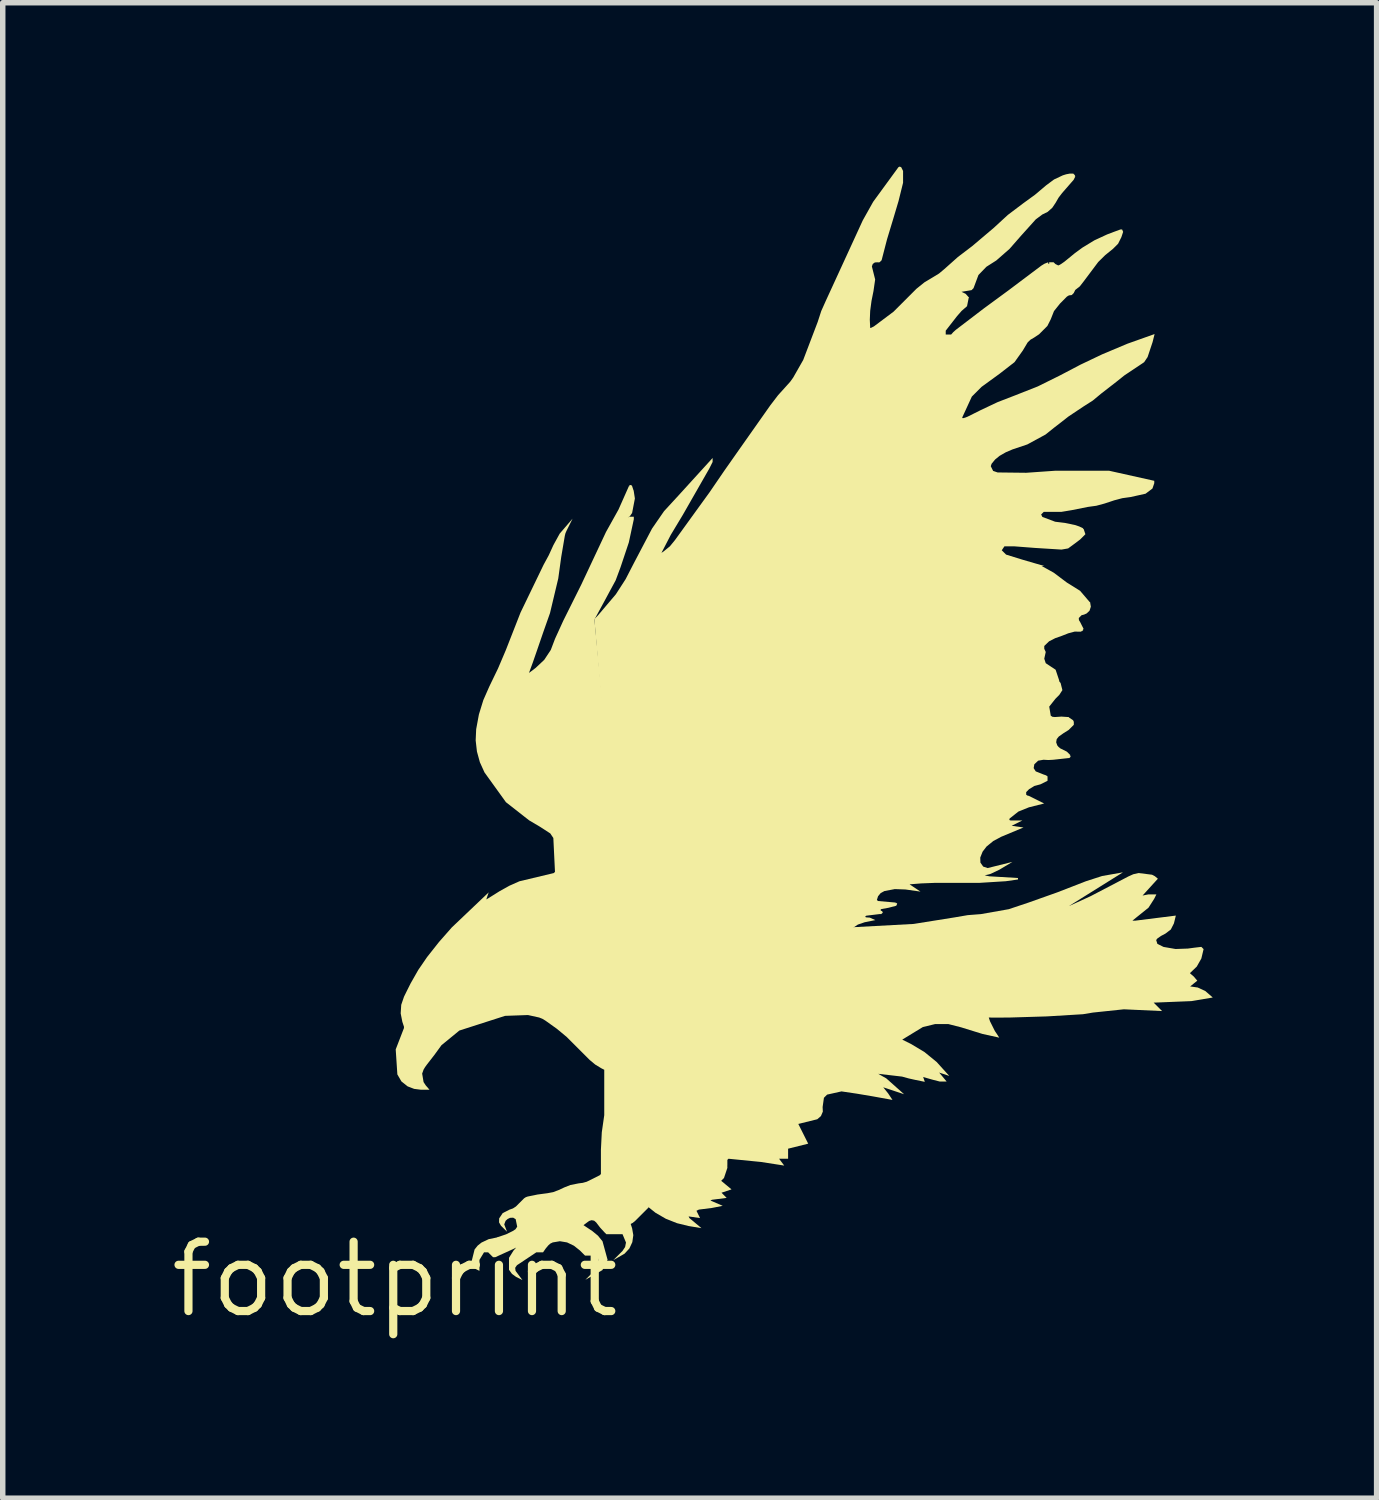
<source format=kicad_pcb>
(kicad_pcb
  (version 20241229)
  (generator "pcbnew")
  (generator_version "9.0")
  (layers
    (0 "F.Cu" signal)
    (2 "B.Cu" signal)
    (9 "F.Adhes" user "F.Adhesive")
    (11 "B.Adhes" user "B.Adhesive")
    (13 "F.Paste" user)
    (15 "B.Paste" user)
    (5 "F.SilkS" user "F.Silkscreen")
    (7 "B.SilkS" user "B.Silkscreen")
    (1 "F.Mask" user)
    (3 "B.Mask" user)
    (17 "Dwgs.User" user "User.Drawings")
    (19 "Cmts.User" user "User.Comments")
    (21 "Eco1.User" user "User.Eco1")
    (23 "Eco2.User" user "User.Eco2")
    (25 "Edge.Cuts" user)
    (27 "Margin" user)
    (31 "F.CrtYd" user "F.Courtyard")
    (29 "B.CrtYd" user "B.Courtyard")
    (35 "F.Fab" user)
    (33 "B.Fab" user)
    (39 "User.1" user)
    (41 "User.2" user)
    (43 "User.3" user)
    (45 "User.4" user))
  (footprint "footprint"
    (layer "F.Cu")
    (at 4.18 20.374)
    (property "Reference" "footprint" (at 0 0 0) (layer "F.SilkS") (effects (font (size 1.27 1.27) (thickness 0.15))))
    (fp_poly (pts (xy 0.695 -5.095) (xy 0.705 -5.096) (xy 0.737 -4.836) (xy 0.674 -4.736) (xy 0.576 -4.675) (xy 0.326 -4.675) (xy 0.283 -4.702) (xy 0.274 -4.715) (xy 0.251 -4.686) (xy 0.27 -4.723) (xy 0.256 -4.744) (xy 0.243 -4.825) (xy 0.256 -4.902) (xy 0.271 -4.9) (xy 0.26 -4.91) (xy 0.284 -4.937) (xy 0.304 -4.928) (xy 0.283 -4.959) (xy 0.317 -5.027) (xy 0.345 -5.075) (xy 0.381 -5.123) (xy 0.543 -5.187)) (stroke (width 0) (type solid)) (fill yes) (layer "F.SilkS"))
    (fp_poly (pts (xy 12.347 -6.839) (xy 12.351 -6.839) (xy 12.739 -7.017) (xy 13.43 -7.378) (xy 13.519 -7.418) (xy 13.616 -7.44) (xy 13.862 -7.409) (xy 13.914 -7.382) (xy 13.969 -7.336) (xy 13.689 -7.028) (xy 13.796 -7.049) (xy 13.942 -7.049) (xy 13.901 -6.967) (xy 13.798 -6.806) (xy 13.507 -6.572) (xy 13.506 -6.571) (xy 13.507 -6.568) (xy 13.556 -6.568) (xy 14.298 -6.661) (xy 14.263 -6.518) (xy 14.206 -6.406) (xy 14.106 -6.33) (xy 14.028 -6.289) (xy 13.959 -6.241) (xy 13.938 -6.213) (xy 13.96 -6.143) (xy 14.073 -6.087) (xy 14.293 -6.049) (xy 14.518 -6.057) (xy 14.637 -6.073) (xy 14.765 -6.088) (xy 14.806 -6.047) (xy 14.765 -5.875) (xy 14.681 -5.727) (xy 14.561 -5.612) (xy 14.558 -5.606) (xy 14.561 -5.601) (xy 14.625 -5.546) (xy 14.691 -5.469) (xy 14.56 -5.364) (xy 14.699 -5.344) (xy 14.837 -5.28) (xy 14.974 -5.161) (xy 14.581 -5.095) (xy 13.892 -5.067) (xy 14.046 -4.913) (xy 13.347 -4.945) (xy 12.778 -4.885) (xy 12.597 -4.855) (xy 11.935 -4.815) (xy 11.273 -4.795) (xy 11.062 -4.793) (xy 10.873 -4.794) (xy 10.896 -4.725) (xy 10.985 -4.547) (xy 11.015 -4.503) (xy 11.065 -4.426) (xy 10.758 -4.494) (xy 10.367 -4.615) (xy 10.132 -4.675) (xy 9.892 -4.675) (xy 9.666 -4.62) (xy 9.289 -4.39) (xy 9.446 -4.312) (xy 9.694 -4.164) (xy 9.918 -3.981) (xy 10.15 -3.725) (xy 9.965 -3.787) (xy 10.102 -3.622) (xy 9.978 -3.622) (xy 9.856 -3.653) (xy 9.672 -3.705) (xy 9.702 -3.617) (xy 9.526 -3.653) (xy 9.405 -3.68) (xy 9.286 -3.713) (xy 8.849 -3.764) (xy 8.997 -3.68) (xy 9.323 -3.39) (xy 8.941 -3.517) (xy 9.03 -3.406) (xy 9.11 -3.286) (xy 8.745 -3.352) (xy 8.46 -3.4) (xy 8.177 -3.442) (xy 7.913 -3.383) (xy 7.855 -3.325) (xy 7.831 -3.156) (xy 7.835 -3.072) (xy 7.8 -2.99) (xy 7.733 -2.932) (xy 7.386 -2.846) (xy 7.567 -2.485) (xy 7.199 -2.393) (xy 7.199 -2.209) (xy 7.034 -2.209) (xy 7.128 -2.084) (xy 6.702 -2.15) (xy 6.108 -2.209) (xy 6.087 -2.188) (xy 6.087 -2.104) (xy 6.086 -2.074) (xy 6.087 -2.042) (xy 6.025 -1.856) (xy 5.974 -1.805) (xy 6.163 -1.648) (xy 5.98 -1.587) (xy 6.074 -1.492) (xy 5.806 -1.458) (xy 5.777 -1.444) (xy 6.002 -1.347) (xy 5.804 -1.308) (xy 5.565 -1.278) (xy 5.521 -1.256) (xy 5.587 -1.123) (xy 5.377 -1.153) (xy 5.393 -1.122) (xy 5.613 -0.938) (xy 5.378 -0.977) (xy 5.165 -1.029) (xy 4.961 -1.11) (xy 4.771 -1.22) (xy 4.615 -1.345) (xy 4.162 -6.418) (xy 8.386 -6.448) (xy 9.497 -6.508) (xy 10.248 -6.628) (xy 10.488 -6.669) (xy 10.73 -6.688) (xy 11.239 -6.778) (xy 11.598 -6.898) (xy 12.127 -7.086) (xy 12.65 -7.289) (xy 12.947 -7.385) (xy 13.33 -7.453)) (stroke (width 0) (type solid)) (fill yes) (layer "F.SilkS"))
    (fp_poly (pts (xy 4.342 -14.527) (xy 4.369 -14.445) (xy 4.371 -14.445) (xy 4.394 -14.297) (xy 4.343 -14.032) (xy 4.303 -13.974) (xy 4.264 -13.947) (xy 4.295 -13.963) (xy 4.374 -13.963) (xy 4.374 -13.916) (xy 4.283 -13.493) (xy 4.132 -13.041) (xy 4.042 -12.799) (xy 3.936 -12.603) (xy 3.831 -12.408) (xy 3.653 -12.081) (xy 4.312 -5.246) (xy 4.312 -5.246) (xy 4.313 -5.233) (xy 4.315 -5.216) (xy 4.315 -5.216) (xy 4.645 -1.317) (xy 4.399 -1.071) (xy 4.355 -1.035) (xy 4.317 -1.015) (xy 4.343 -0.936) (xy 4.365 -0.81) (xy 4.347 -0.682) (xy 4.293 -0.566) (xy 4.205 -0.471) (xy 3.998 -0.352) (xy 4.167 -0.521) (xy 4.215 -0.593) (xy 4.231 -0.675) (xy 4.168 -0.827) (xy 3.872 -0.827) (xy 3.837 -0.862) (xy 3.757 -0.949) (xy 3.686 -1.042) (xy 3.648 -1.075) (xy 3.601 -1.084) (xy 3.554 -1.069) (xy 3.453 -0.993) (xy 3.616 -0.884) (xy 3.717 -0.801) (xy 3.801 -0.698) (xy 3.894 -0.359) (xy 3.799 -0.17) (xy 3.487 0.008) (xy 3.685 -0.19) (xy 3.732 -0.27) (xy 3.732 -0.361) (xy 3.689 -0.436) (xy 3.481 -0.436) (xy 3.387 -0.53) (xy 3.277 -0.617) (xy 3.152 -0.677) (xy 3.021 -0.699) (xy 2.89 -0.677) (xy 2.845 -0.655) (xy 2.807 -0.621) (xy 2.76 -0.564) (xy 2.713 -0.496) (xy 2.59 -0.496) (xy 2.323 -0.318) (xy 2.278 -0.288) (xy 2.235 -0.26) (xy 2.202 -0.212) (xy 2.209 -0.156) (xy 2.335 0.012) (xy 2.221 -0.045) (xy 2.22 -0.045) (xy 2.144 -0.1) (xy 2.089 -0.176) (xy 2.089 -0.395) (xy 2.172 -0.528) (xy 2.221 -0.583) (xy 2.171 -0.558) (xy 1.837 -0.406) (xy 1.797 -0.406) (xy 1.707 -0.496) (xy 1.632 -0.496) (xy 1.548 -0.357) (xy 1.548 -0.156) (xy 1.469 -0.196) (xy 1.467 -0.196) (xy 1.418 -0.239) (xy 1.397 -0.3) (xy 1.459 -0.548) (xy 1.516 -0.619) (xy 1.585 -0.674) (xy 1.718 -0.737) (xy 1.86 -0.766) (xy 2.038 -0.826) (xy 2.157 -0.885) (xy 2.208 -0.918) (xy 2.239 -0.965) (xy 2.211 -1.103) (xy 2.165 -1.13) (xy 2.108 -1.127) (xy 2.064 -1.106) (xy 2.027 -1.073) (xy 2.002 -1.007) (xy 2.053 -0.873) (xy 1.942 -0.983) (xy 1.907 -1.044) (xy 1.909 -1.117) (xy 1.974 -1.214) (xy 2.098 -1.277) (xy 2.161 -1.299) (xy 2.215 -1.334) (xy 2.274 -1.393) (xy 2.366 -1.485) (xy 2.397 -1.505) (xy 2.431 -1.517) (xy 2.612 -1.554) (xy 2.793 -1.578) (xy 2.899 -1.598) (xy 3 -1.637) (xy 3.104 -1.685) (xy 3.212 -1.728) (xy 3.364 -1.758) (xy 3.44 -1.768) (xy 3.512 -1.788) (xy 3.749 -1.906) (xy 3.772 -1.93) (xy 3.772 -2.375) (xy 3.788 -2.693) (xy 3.833 -3.007) (xy 3.833 -3.838) (xy 3.78 -3.865) (xy 3.668 -3.933) (xy 3.567 -4.017) (xy 3.356 -4.228) (xy 3.146 -4.438) (xy 2.967 -4.587) (xy 2.862 -4.662) (xy 2.757 -4.737) (xy 2.701 -4.771) (xy 2.641 -4.795) (xy 2.436 -4.84) (xy 2.017 -4.825) (xy 1.18 -4.556) (xy 0.853 -4.288) (xy 0.721 -4.107) (xy 0.583 -3.929) (xy 0.552 -3.886) (xy 0.525 -3.841) (xy 0.499 -3.768) (xy 0.525 -3.613) (xy 0.564 -3.553) (xy 0.634 -3.472) (xy 0.48 -3.472) (xy 0.353 -3.488) (xy 0.233 -3.534) (xy 0.119 -3.625) (xy 0.045 -3.753) (xy 0.015 -4.211) (xy 0.166 -4.602) (xy 0.166 -4.627) (xy 0.136 -4.717) (xy 0.136 -4.718) (xy 0.106 -4.87) (xy 0.116 -5.027) (xy 0.167 -5.176) (xy 0.227 -5.298) (xy 0.287 -5.418) (xy 0.428 -5.666) (xy 0.589 -5.901) (xy 0.808 -6.178) (xy 1.041 -6.443) (xy 1.717 -7.086) (xy 1.674 -6.959) (xy 1.679 -6.959) (xy 1.916 -7.107) (xy 2.093 -7.206) (xy 2.28 -7.289) (xy 2.908 -7.439) (xy 2.931 -7.461) (xy 2.901 -8.081) (xy 2.845 -8.165) (xy 2.655 -8.288) (xy 2.457 -8.405) (xy 2.033 -8.737) (xy 1.639 -9.284) (xy 1.639 -9.285) (xy 1.556 -9.468) (xy 1.502 -9.665) (xy 1.479 -9.868) (xy 1.488 -10.072) (xy 1.538 -10.343) (xy 1.619 -10.606) (xy 1.73 -10.858) (xy 1.888 -11.185) (xy 2.03 -11.519) (xy 2.301 -12.211) (xy 2.722 -13.083) (xy 2.818 -13.26) (xy 2.902 -13.444) (xy 3.018 -13.655) (xy 3.253 -13.928) (xy 3.14 -13.701) (xy 3.122 -13.659) (xy 3.111 -13.614) (xy 3.045 -13.225) (xy 2.991 -12.833) (xy 2.84 -12.2) (xy 2.718 -11.854) (xy 2.599 -11.508) (xy 2.526 -11.297) (xy 2.456 -11.107) (xy 2.46 -11.107) (xy 2.575 -11.194) (xy 2.734 -11.343) (xy 2.854 -11.524) (xy 2.932 -11.729) (xy 3.083 -12.06) (xy 3.413 -12.722) (xy 3.865 -13.684) (xy 4.094 -14.095) (xy 4.285 -14.525) (xy 4.299 -14.519) (xy 4.288 -14.529) (xy 4.301 -14.543) (xy 4.326 -14.543)) (stroke (width 0) (type solid)) (fill yes) (layer "F.SilkS"))
    (fp_poly (pts (xy 10.06 -18.498) (xy 10.308 -18.719) (xy 10.572 -18.92) (xy 10.962 -19.25) (xy 11.222 -19.489) (xy 11.504 -19.702) (xy 11.72 -19.859) (xy 11.925 -20.032) (xy 12.068 -20.138) (xy 12.229 -20.214) (xy 12.29 -20.233) (xy 12.353 -20.245) (xy 12.421 -20.245) (xy 12.455 -20.211) (xy 12.445 -20.2) (xy 12.458 -20.194) (xy 12.427 -20.132) (xy 12.216 -19.89) (xy 12.151 -19.805) (xy 12.097 -19.711) (xy 12.035 -19.619) (xy 11.95 -19.544) (xy 11.852 -19.496) (xy 11.734 -19.408) (xy 11.464 -19.108) (xy 11.253 -18.867) (xy 11.011 -18.655) (xy 10.83 -18.54) (xy 10.684 -18.389) (xy 10.594 -18.148) (xy 10.558 -18.112) (xy 10.377 -18.082) (xy 10.376 -18.081) (xy 10.379 -18.079) (xy 10.449 -18.045) (xy 10.512 -17.975) (xy 10.505 -17.968) (xy 10.475 -17.818) (xy 10.375 -17.731) (xy 10.292 -17.636) (xy 10.085 -17.37) (xy 10.085 -17.299) (xy 10.184 -17.299) (xy 10.223 -17.343) (xy 10.271 -17.386) (xy 10.783 -17.777) (xy 11.234 -18.108) (xy 11.835 -18.56) (xy 11.894 -18.596) (xy 11.958 -18.621) (xy 11.964 -18.607) (xy 11.964 -18.592) (xy 11.979 -18.592) (xy 11.979 -18.622) (xy 12.06 -18.622) (xy 12.093 -18.59) (xy 12.145 -18.564) (xy 12.169 -18.574) (xy 12.197 -18.59) (xy 12.257 -18.632) (xy 12.315 -18.679) (xy 12.448 -18.788) (xy 12.587 -18.89) (xy 12.807 -19.024) (xy 13.04 -19.132) (xy 13.161 -19.178) (xy 13.284 -19.223) (xy 13.314 -19.223) (xy 13.333 -19.179) (xy 13.301 -19.082) (xy 13.241 -18.962) (xy 13.146 -18.867) (xy 13.005 -18.753) (xy 12.877 -18.627) (xy 12.607 -18.267) (xy 12.54 -18.181) (xy 12.457 -18.116) (xy 12.43 -18.062) (xy 12.43 -18.06) (xy 12.392 -18.022) (xy 12.341 -18.016) (xy 12.304 -17.994) (xy 12.178 -17.867) (xy 12.067 -17.728) (xy 12.008 -17.579) (xy 11.946 -17.456) (xy 11.869 -17.379) (xy 11.793 -17.303) (xy 11.701 -17.242) (xy 11.637 -17.205) (xy 11.585 -17.155) (xy 11.496 -17.006) (xy 11.344 -16.793) (xy 11.071 -16.581) (xy 10.741 -16.341) (xy 10.563 -16.163) (xy 10.387 -15.78) (xy 10.39 -15.771) (xy 10.401 -15.767) (xy 10.442 -15.778) (xy 10.485 -15.795) (xy 10.605 -15.855) (xy 10.725 -15.915) (xy 11.036 -16.062) (xy 11.357 -16.186) (xy 11.77 -16.349) (xy 12.168 -16.546) (xy 12.555 -16.749) (xy 12.95 -16.937) (xy 13.411 -17.131) (xy 13.909 -17.308) (xy 13.872 -17.16) (xy 13.781 -16.887) (xy 13.718 -16.793) (xy 13.626 -16.731) (xy 13.356 -16.551) (xy 13.206 -16.431) (xy 12.935 -16.221) (xy 12.777 -16.09) (xy 12.603 -15.979) (xy 12.333 -15.799) (xy 12.199 -15.694) (xy 12.063 -15.589) (xy 11.912 -15.468) (xy 11.579 -15.287) (xy 11.308 -15.196) (xy 11.186 -15.144) (xy 11.071 -15.078) (xy 10.99 -15.012) (xy 10.925 -14.933) (xy 10.91 -14.888) (xy 10.953 -14.802) (xy 11.035 -14.774) (xy 11.558 -14.768) (xy 12.084 -14.805) (xy 13.078 -14.805) (xy 13.903 -14.621) (xy 13.903 -14.577) (xy 13.87 -14.48) (xy 13.744 -14.385) (xy 13.47 -14.324) (xy 13.318 -14.303) (xy 13.171 -14.264) (xy 13.081 -14.234) (xy 12.99 -14.204) (xy 12.841 -14.164) (xy 12.688 -14.143) (xy 12.387 -14.083) (xy 12.206 -14.053) (xy 12.039 -14.053) (xy 11.88 -14.053) (xy 11.832 -14.005) (xy 11.854 -13.96) (xy 12.088 -13.872) (xy 12.268 -13.85) (xy 12.449 -13.812) (xy 12.528 -13.786) (xy 12.602 -13.751) (xy 12.595 -13.738) (xy 12.609 -13.742) (xy 12.642 -13.643) (xy 12.545 -13.546) (xy 12.424 -13.455) (xy 12.326 -13.383) (xy 12.205 -13.362) (xy 11.722 -13.392) (xy 11.332 -13.422) (xy 11.16 -13.422) (xy 11.111 -13.349) (xy 11.19 -13.27) (xy 11.487 -13.178) (xy 11.889 -13.061) (xy 11.842 -13.061) (xy 12.062 -12.939) (xy 12.303 -12.758) (xy 12.545 -12.607) (xy 12.722 -12.4) (xy 12.728 -12.401) (xy 12.742 -12.316) (xy 12.718 -12.243) (xy 12.664 -12.192) (xy 12.616 -12.171) (xy 12.573 -12.161) (xy 12.521 -12.109) (xy 12.524 -12.07) (xy 12.548 -12.031) (xy 12.609 -11.91) (xy 12.595 -11.904) (xy 12.606 -11.893) (xy 12.576 -11.863) (xy 12.565 -11.874) (xy 12.565 -11.859) (xy 12.445 -11.86) (xy 12.329 -11.829) (xy 12.21 -11.782) (xy 12.09 -11.74) (xy 11.977 -11.682) (xy 11.889 -11.597) (xy 11.889 -11.546) (xy 11.916 -11.487) (xy 11.889 -11.364) (xy 11.916 -11.282) (xy 12.097 -11.162) (xy 12.159 -10.976) (xy 12.166 -10.945) (xy 12.188 -10.919) (xy 12.221 -10.789) (xy 12.164 -10.701) (xy 12.095 -10.632) (xy 11.98 -10.487) (xy 12.008 -10.32) (xy 12.04 -10.3) (xy 12.084 -10.296) (xy 12.204 -10.304) (xy 12.34 -10.295) (xy 12.34 -10.289) (xy 12.423 -10.233) (xy 12.415 -10.22) (xy 12.43 -10.22) (xy 12.43 -10.154) (xy 12.334 -10.058) (xy 12.241 -10) (xy 12.155 -9.939) (xy 12.117 -9.892) (xy 12.107 -9.834) (xy 12.127 -9.777) (xy 12.152 -9.747) (xy 12.183 -9.722) (xy 12.303 -9.662) (xy 12.365 -9.6) (xy 12.355 -9.589) (xy 12.37 -9.589) (xy 12.369 -9.566) (xy 12.348 -9.545) (xy 12.326 -9.544) (xy 12.055 -9.514) (xy 11.964 -9.509) (xy 11.875 -9.514) (xy 11.777 -9.497) (xy 11.707 -9.431) (xy 11.695 -9.361) (xy 11.733 -9.301) (xy 11.879 -9.243) (xy 11.913 -9.232) (xy 11.924 -9.225) (xy 11.952 -9.213) (xy 11.939 -9.213) (xy 11.949 -9.206) (xy 11.949 -9.129) (xy 11.819 -9.064) (xy 11.708 -9.034) (xy 11.612 -8.976) (xy 11.558 -8.922) (xy 11.558 -8.875) (xy 11.577 -8.86) (xy 11.608 -8.852) (xy 11.887 -8.713) (xy 11.608 -8.643) (xy 11.415 -8.565) (xy 11.255 -8.438) (xy 11.249 -8.421) (xy 11.256 -8.408) (xy 11.275 -8.402) (xy 11.487 -8.402) (xy 11.292 -8.305) (xy 11.509 -8.274) (xy 11.099 -8.103) (xy 10.957 -8.027) (xy 10.832 -7.925) (xy 10.76 -7.831) (xy 10.717 -7.723) (xy 10.72 -7.631) (xy 10.771 -7.558) (xy 10.852 -7.531) (xy 11.306 -7.644) (xy 11.069 -7.502) (xy 10.908 -7.425) (xy 10.799 -7.397) (xy 10.884 -7.38) (xy 11.407 -7.349) (xy 11.409 -7.322) (xy 11.184 -7.29) (xy 10.702 -7.26) (xy 9.89 -7.26) (xy 9.635 -7.25) (xy 9.423 -7.233) (xy 9.623 -7.1) (xy 9.347 -7.139) (xy 9.153 -7.146) (xy 8.963 -7.11) (xy 8.895 -7.074) (xy 8.846 -7.015) (xy 8.825 -6.948) (xy 8.844 -6.928) (xy 9.17 -6.899) (xy 9.168 -6.884) (xy 9.178 -6.895) (xy 9.197 -6.879) (xy 9.179 -6.841) (xy 9.038 -6.804) (xy 8.905 -6.78) (xy 8.889 -6.763) (xy 8.906 -6.747) (xy 8.921 -6.742) (xy 8.933 -6.714) (xy 8.903 -6.688) (xy 8.883 -6.689) (xy 8.869 -6.688) (xy 8.632 -6.659) (xy 8.618 -6.652) (xy 8.613 -6.642) (xy 8.617 -6.633) (xy 8.63 -6.628) (xy 8.694 -6.624) (xy 8.796 -6.578) (xy 8.601 -6.539) (xy 8.476 -6.496) (xy 8.361 -6.418) (xy 4.135 -6.388) (xy 3.652 -12.09) (xy 3.716 -12.155) (xy 4.046 -12.544) (xy 4.224 -12.82) (xy 4.375 -13.113) (xy 4.707 -13.745) (xy 4.927 -14.064) (xy 5.189 -14.349) (xy 5.817 -15.039) (xy 5.817 -14.966) (xy 5.755 -14.843) (xy 5.273 -14) (xy 5.051 -13.631) (xy 4.88 -13.301) (xy 4.921 -13.329) (xy 5.035 -13.422) (xy 5.128 -13.536) (xy 5.519 -14.077) (xy 5.759 -14.408) (xy 6.027 -14.8) (xy 6.3 -15.189) (xy 6.872 -16.001) (xy 7.015 -16.188) (xy 7.173 -16.363) (xy 7.237 -16.434) (xy 7.292 -16.511) (xy 7.476 -16.834) (xy 7.741 -17.53) (xy 7.806 -17.73) (xy 7.892 -17.922) (xy 8.403 -19.034) (xy 8.403 -19.034) (xy 8.566 -19.389) (xy 8.757 -19.73) (xy 9.219 -20.363) (xy 9.243 -20.374) (xy 9.27 -20.362) (xy 9.304 -20.294) (xy 9.304 -20.078) (xy 9.221 -19.743) (xy 9.123 -19.414) (xy 9.01 -19.041) (xy 8.911 -18.659) (xy 8.875 -18.623) (xy 8.853 -18.62) (xy 8.837 -18.622) (xy 8.787 -18.619) (xy 8.749 -18.591) (xy 8.733 -18.546) (xy 8.762 -18.43) (xy 8.762 -18.43) (xy 8.793 -18.307) (xy 8.762 -18.094) (xy 8.726 -17.914) (xy 8.702 -17.734) (xy 8.695 -17.57) (xy 8.702 -17.42) (xy 8.714 -17.42) (xy 8.77 -17.448) (xy 9.129 -17.717) (xy 9.549 -18.137) (xy 9.694 -18.254) (xy 9.852 -18.349) (xy 9.962 -18.416)) (stroke (width 0) (type solid)) (fill yes) (layer "F.SilkS")))
  (gr_rect
    (start -3 -3)
    (end 22.154 24.38)
    (stroke (width 0.1) (type default))
    (fill no)
    (layer "Edge.Cuts")))
</source>
